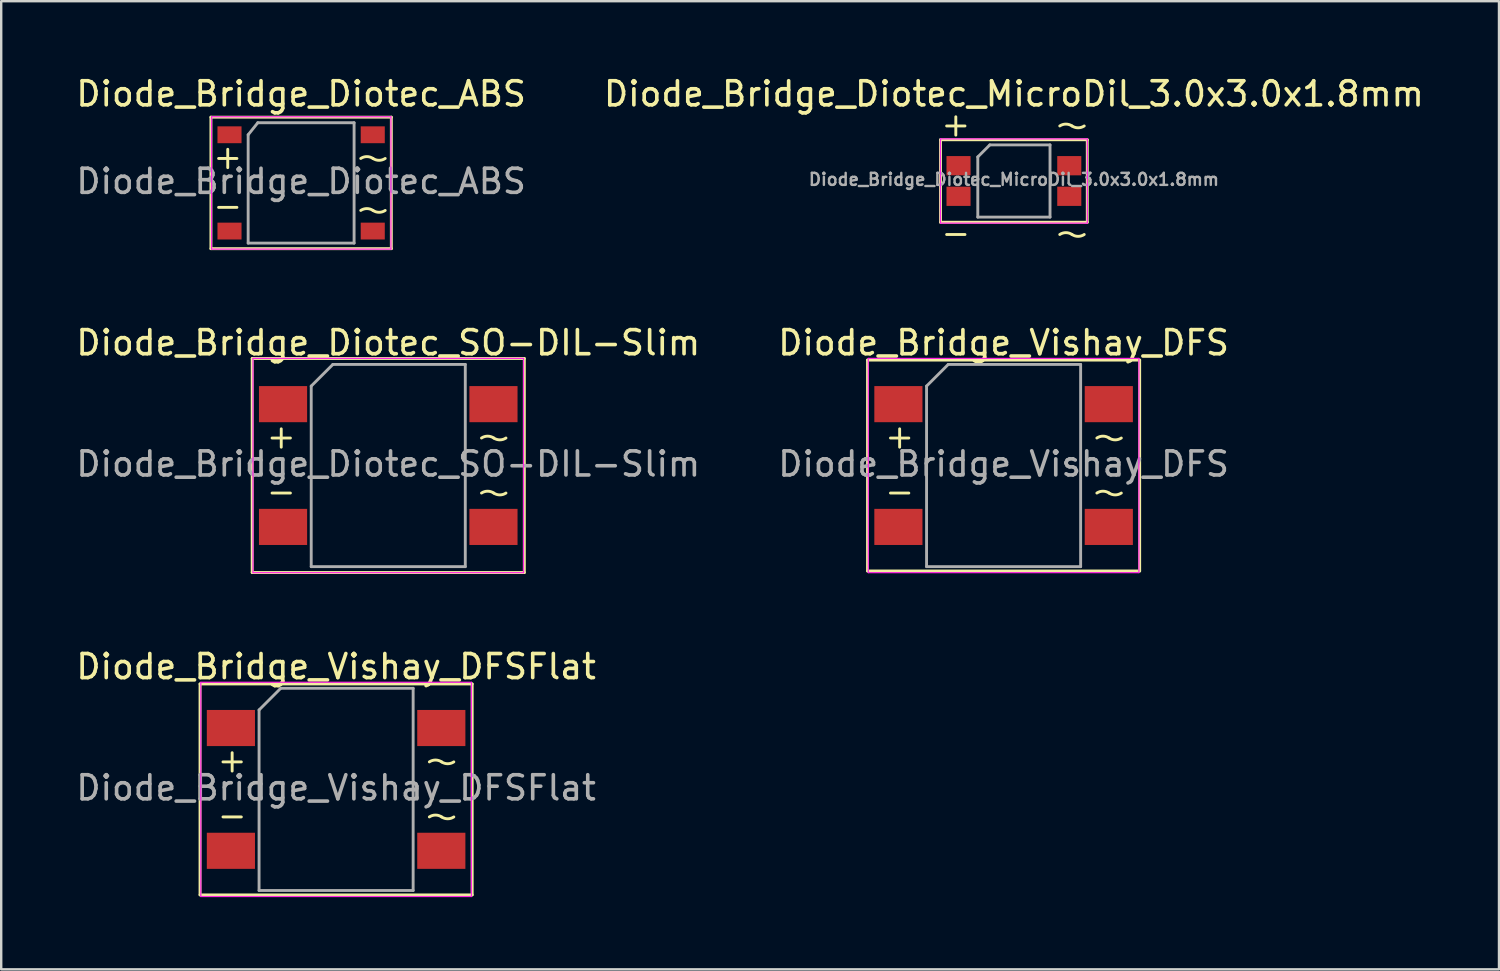
<source format=kicad_pcb>
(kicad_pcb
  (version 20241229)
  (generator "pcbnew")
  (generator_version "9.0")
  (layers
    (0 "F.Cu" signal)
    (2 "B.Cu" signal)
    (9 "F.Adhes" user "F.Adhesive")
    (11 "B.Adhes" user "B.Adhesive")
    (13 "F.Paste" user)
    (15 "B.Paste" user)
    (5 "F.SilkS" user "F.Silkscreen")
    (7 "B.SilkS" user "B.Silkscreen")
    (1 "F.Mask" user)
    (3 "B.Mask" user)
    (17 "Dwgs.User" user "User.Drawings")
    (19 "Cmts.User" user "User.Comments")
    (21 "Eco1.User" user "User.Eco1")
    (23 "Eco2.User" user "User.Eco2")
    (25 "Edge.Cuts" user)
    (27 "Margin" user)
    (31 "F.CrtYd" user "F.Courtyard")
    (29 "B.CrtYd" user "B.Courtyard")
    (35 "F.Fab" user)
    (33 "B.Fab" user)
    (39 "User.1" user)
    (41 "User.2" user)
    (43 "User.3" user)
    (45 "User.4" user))
  (footprint "Diode_Bridge_Diotec_ABS"
    (layer "F.Cu")
    (at 9.458 4.548)
    (property "Reference" "Diode_Bridge_Diotec_ABS" (at 0 -3.7 0) (layer "F.SilkS") (effects (font (size 1 1) (thickness 0.15))))
    (attr smd)
    (fp_line (start -3.747 -2.731) (end -3.747 2.731) (stroke (width 0.12) (type solid)) (layer "F.SilkS"))
    (fp_line (start -3.747 2.731) (end 3.747 2.731) (stroke (width 0.12) (type solid)) (layer "F.SilkS"))
    (fp_line (start -3.429 -1.016) (end -2.667 -1.016) (stroke (width 0.12) (type solid)) (layer "F.SilkS"))
    (fp_line (start -3.429 1.016) (end -2.667 1.016) (stroke (width 0.12) (type solid)) (layer "F.SilkS"))
    (fp_line (start -3.048 -1.397) (end -3.048 -0.635) (stroke (width 0.12) (type solid)) (layer "F.SilkS"))
    (fp_line (start 3.747 -2.731) (end -3.747 -2.731) (stroke (width 0.12) (type solid)) (layer "F.SilkS"))
    (fp_line (start 3.747 2.731) (end 3.747 -2.731) (stroke (width 0.12) (type solid)) (layer "F.SilkS"))
    (fp_arc (start 2.476501 -1.015999) (mid 2.7305 -1.092904) (end 2.984499 -1.015999) (stroke (width 0.12) (type solid)) (layer "F.SilkS"))
    (fp_arc (start 2.476501 1.143001) (mid 2.7305 1.066096) (end 2.984499 1.143001) (stroke (width 0.12) (type solid)) (layer "F.SilkS"))
    (fp_arc (start 3.4925 -1.016) (mid 3.238501 -0.939095) (end 2.984502 -1.016) (stroke (width 0.12) (type solid)) (layer "F.SilkS"))
    (fp_arc (start 3.4925 1.143) (mid 3.238501 1.219905) (end 2.984502 1.143) (stroke (width 0.12) (type solid)) (layer "F.SilkS"))
    (fp_line (start -3.72 -2.75) (end -3.72 2.75) (stroke (width 0.05) (type solid)) (layer "F.CrtYd"))
    (fp_line (start -3.72 -2.75) (end 3.73 -2.75) (stroke (width 0.05) (type solid)) (layer "F.CrtYd"))
    (fp_line (start 3.73 2.75) (end -3.72 2.75) (stroke (width 0.05) (type solid)) (layer "F.CrtYd"))
    (fp_line (start 3.73 2.75) (end 3.73 -2.75) (stroke (width 0.05) (type solid)) (layer "F.CrtYd"))
    (fp_line (start -2.2 -2) (end -2.2 2.5) (stroke (width 0.12) (type solid)) (layer "F.Fab"))
    (fp_line (start -2.2 2.5) (end 2.2 2.5) (stroke (width 0.12) (type solid)) (layer "F.Fab"))
    (fp_line (start -1.8 -2.5) (end -2.2 -2) (stroke (width 0.12) (type solid)) (layer "F.Fab"))
    (fp_line (start 2.2 -2.5) (end -1.8 -2.5) (stroke (width 0.12) (type solid)) (layer "F.Fab"))
    (fp_line (start 2.2 2.5) (end 2.2 -2.5) (stroke (width 0.12) (type solid)) (layer "F.Fab"))
    (fp_text user "${REFERENCE}" (at 0 -0.065 0) (layer "F.Fab") (effects (font (size 1 1) (thickness 0.15))))
    (pad "1" smd rect (at -2.975 -2) (size 1 0.7) (layers "F.Cu" "F.Mask" "F.Paste"))
    (pad "2" smd rect (at -2.975 2) (size 1 0.7) (layers "F.Cu" "F.Mask" "F.Paste"))
    (pad "3" smd rect (at 2.975 2) (size 1 0.7) (layers "F.Cu" "F.Mask" "F.Paste"))
    (pad "4" smd rect (at 2.975 -2) (size 1 0.7) (layers "F.Cu" "F.Mask" "F.Paste")))
  (footprint "Diode_Bridge_Vishay_DFSFlat"
    (layer "F.Cu")
    (at 10.911 29.74)
    (property "Reference" "Diode_Bridge_Vishay_DFSFlat" (at 0 -5.1 0) (layer "F.SilkS") (effects (font (size 1 1) (thickness 0.15))))
    (attr smd)
    (fp_line (start -5.652 -4.381) (end -5.652 4.381) (stroke (width 0.12) (type solid)) (layer "F.SilkS"))
    (fp_line (start -5.652 4.381) (end 5.652 4.381) (stroke (width 0.12) (type solid)) (layer "F.SilkS"))
    (fp_line (start -4.699 -1.143) (end -3.937 -1.143) (stroke (width 0.12) (type solid)) (layer "F.SilkS"))
    (fp_line (start -4.699 1.143) (end -3.937 1.143) (stroke (width 0.12) (type solid)) (layer "F.SilkS"))
    (fp_line (start -4.318 -1.524) (end -4.318 -0.762) (stroke (width 0.12) (type solid)) (layer "F.SilkS"))
    (fp_line (start 5.652 -4.381) (end -5.652 -4.381) (stroke (width 0.12) (type solid)) (layer "F.SilkS"))
    (fp_line (start 5.652 4.381) (end 5.652 -4.381) (stroke (width 0.12) (type solid)) (layer "F.SilkS"))
    (fp_arc (start 3.873501 -1.142999) (mid 4.1275 -1.219904) (end 4.381499 -1.142999) (stroke (width 0.12) (type solid)) (layer "F.SilkS"))
    (fp_arc (start 3.873501 1.143001) (mid 4.1275 1.066096) (end 4.381499 1.143001) (stroke (width 0.12) (type solid)) (layer "F.SilkS"))
    (fp_arc (start 4.8895 -1.143) (mid 4.635501 -1.066095) (end 4.381502 -1.143) (stroke (width 0.12) (type solid)) (layer "F.SilkS"))
    (fp_arc (start 4.8895 1.143) (mid 4.635501 1.219905) (end 4.381502 1.143) (stroke (width 0.12) (type solid)) (layer "F.SilkS"))
    (fp_line (start -5.62 -4.45) (end -5.62 4.45) (stroke (width 0.05) (type solid)) (layer "F.CrtYd"))
    (fp_line (start -5.62 -4.45) (end 5.62 -4.45) (stroke (width 0.05) (type solid)) (layer "F.CrtYd"))
    (fp_line (start 5.62 4.45) (end -5.62 4.45) (stroke (width 0.05) (type solid)) (layer "F.CrtYd"))
    (fp_line (start 5.62 4.45) (end 5.62 -4.45) (stroke (width 0.05) (type solid)) (layer "F.CrtYd"))
    (fp_line (start -3.2 -3.3) (end -2.3 -4.2) (stroke (width 0.12) (type solid)) (layer "F.Fab"))
    (fp_line (start -3.2 4.2) (end -3.2 -3.3) (stroke (width 0.12) (type solid)) (layer "F.Fab"))
    (fp_line (start -2.3 -4.2) (end 3.2 -4.2) (stroke (width 0.12) (type solid)) (layer "F.Fab"))
    (fp_line (start 3.2 -4.2) (end 3.2 4.2) (stroke (width 0.12) (type solid)) (layer "F.Fab"))
    (fp_line (start 3.2 4.2) (end -3.2 4.2) (stroke (width 0.12) (type solid)) (layer "F.Fab"))
    (fp_text user "${REFERENCE}" (at 0 -0.065 0) (layer "F.Fab") (effects (font (size 1 1) (thickness 0.15))))
    (pad "1" smd rect (at -4.37 -2.55) (size 2 1.5) (layers "F.Cu" "F.Mask" "F.Paste"))
    (pad "2" smd rect (at -4.37 2.55) (size 2 1.5) (layers "F.Cu" "F.Mask" "F.Paste"))
    (pad "3" smd rect (at 4.37 2.55) (size 2 1.5) (layers "F.Cu" "F.Mask" "F.Paste"))
    (pad "4" smd rect (at 4.37 -2.55) (size 2 1.5) (layers "F.Cu" "F.Mask" "F.Paste")))
  (footprint "Diode_Bridge_Diotec_MicroDil_3.0x3.0x1.8mm"
    (layer "F.Cu")
    (at 39.065 4.468)
    (property "Reference" "Diode_Bridge_Diotec_MicroDil_3.0x3.0x1.8mm" (at 0 -3.619 0) (layer "F.SilkS") (effects (font (size 1 1) (thickness 0.15))))
    (attr smd)
    (fp_line (start -3.048 -1.714) (end -3.048 1.714) (stroke (width 0.12) (type solid)) (layer "F.SilkS"))
    (fp_line (start -3.048 1.714) (end 3.048 1.714) (stroke (width 0.12) (type solid)) (layer "F.SilkS"))
    (fp_line (start -2.794 -2.286) (end -2.032 -2.286) (stroke (width 0.12) (type solid)) (layer "F.SilkS"))
    (fp_line (start -2.794 2.223) (end -2.032 2.223) (stroke (width 0.12) (type solid)) (layer "F.SilkS"))
    (fp_line (start -2.413 -2.667) (end -2.413 -1.905) (stroke (width 0.12) (type solid)) (layer "F.SilkS"))
    (fp_line (start 3.048 -1.714) (end -3.048 -1.714) (stroke (width 0.12) (type solid)) (layer "F.SilkS"))
    (fp_line (start 3.048 1.714) (end 3.048 -1.714) (stroke (width 0.12) (type solid)) (layer "F.SilkS"))
    (fp_arc (start 1.905001 -2.285999) (mid 2.159 -2.362904) (end 2.412999 -2.285999) (stroke (width 0.12) (type solid)) (layer "F.SilkS"))
    (fp_arc (start 1.905004 2.2225) (mid 2.159003 2.145595) (end 2.413002 2.2225) (stroke (width 0.12) (type solid)) (layer "F.SilkS"))
    (fp_arc (start 2.921 -2.286) (mid 2.667001 -2.209095) (end 2.413002 -2.286) (stroke (width 0.12) (type solid)) (layer "F.SilkS"))
    (fp_arc (start 2.921 2.2225) (mid 2.667001 2.299405) (end 2.413002 2.2225) (stroke (width 0.12) (type solid)) (layer "F.SilkS"))
    (fp_line (start -3.05 -1.75) (end -3.05 1.75) (stroke (width 0.05) (type solid)) (layer "F.CrtYd"))
    (fp_line (start -3.05 -1.75) (end 3.05 -1.75) (stroke (width 0.05) (type solid)) (layer "F.CrtYd"))
    (fp_line (start 3.05 1.75) (end -3.05 1.75) (stroke (width 0.05) (type solid)) (layer "F.CrtYd"))
    (fp_line (start 3.05 1.75) (end 3.05 -1.75) (stroke (width 0.05) (type solid)) (layer "F.CrtYd"))
    (fp_line (start -1.5 -1) (end -1.5 1.5) (stroke (width 0.12) (type solid)) (layer "F.Fab"))
    (fp_line (start -1.5 1.5) (end 1.5 1.5) (stroke (width 0.12) (type solid)) (layer "F.Fab"))
    (fp_line (start -1 -1.5) (end -1.5 -1) (stroke (width 0.12) (type solid)) (layer "F.Fab"))
    (fp_line (start 1.5 -1.5) (end -1 -1.5) (stroke (width 0.12) (type solid)) (layer "F.Fab"))
    (fp_line (start 1.5 1.5) (end 1.5 -1.5) (stroke (width 0.12) (type solid)) (layer "F.Fab"))
    (fp_text user "${REFERENCE}" (at 0 -0.065 0) (layer "F.Fab") (effects (font (size 0.5 0.5) (thickness 0.1))))
    (pad "1" smd rect (at -2.3 -0.635) (size 1 0.8) (layers "F.Cu" "F.Mask" "F.Paste"))
    (pad "2" smd rect (at -2.3 0.635) (size 1 0.8) (layers "F.Cu" "F.Mask" "F.Paste"))
    (pad "3" smd rect (at 2.3 0.635) (size 1 0.8) (layers "F.Cu" "F.Mask" "F.Paste"))
    (pad "4" smd rect (at 2.3 -0.635) (size 1 0.8) (layers "F.Cu" "F.Mask" "F.Paste")))
  (footprint "Diode_Bridge_Vishay_DFS"
    (layer "F.Cu")
    (at 38.637 16.287)
    (property "Reference" "Diode_Bridge_Vishay_DFS" (at 0 -5.1 0) (layer "F.SilkS") (effects (font (size 1 1) (thickness 0.15))))
    (attr smd)
    (fp_line (start -5.652 -4.381) (end -5.652 4.381) (stroke (width 0.12) (type solid)) (layer "F.SilkS"))
    (fp_line (start -5.652 4.381) (end 5.652 4.381) (stroke (width 0.12) (type solid)) (layer "F.SilkS"))
    (fp_line (start -4.699 -1.143) (end -3.937 -1.143) (stroke (width 0.12) (type solid)) (layer "F.SilkS"))
    (fp_line (start -4.699 1.143) (end -3.937 1.143) (stroke (width 0.12) (type solid)) (layer "F.SilkS"))
    (fp_line (start -4.318 -1.524) (end -4.318 -0.762) (stroke (width 0.12) (type solid)) (layer "F.SilkS"))
    (fp_line (start 5.652 -4.381) (end -5.652 -4.381) (stroke (width 0.12) (type solid)) (layer "F.SilkS"))
    (fp_line (start 5.652 4.381) (end 5.652 -4.381) (stroke (width 0.12) (type solid)) (layer "F.SilkS"))
    (fp_arc (start 3.873501 -1.142999) (mid 4.1275 -1.219904) (end 4.381499 -1.142999) (stroke (width 0.12) (type solid)) (layer "F.SilkS"))
    (fp_arc (start 3.873501 1.143001) (mid 4.1275 1.066096) (end 4.381499 1.143001) (stroke (width 0.12) (type solid)) (layer "F.SilkS"))
    (fp_arc (start 4.8895 -1.143) (mid 4.635501 -1.066095) (end 4.381502 -1.143) (stroke (width 0.12) (type solid)) (layer "F.SilkS"))
    (fp_arc (start 4.8895 1.143) (mid 4.635501 1.219905) (end 4.381502 1.143) (stroke (width 0.12) (type solid)) (layer "F.SilkS"))
    (fp_line (start -5.62 -4.45) (end -5.62 4.45) (stroke (width 0.05) (type solid)) (layer "F.CrtYd"))
    (fp_line (start -5.62 -4.45) (end 5.62 -4.45) (stroke (width 0.05) (type solid)) (layer "F.CrtYd"))
    (fp_line (start 5.62 4.45) (end -5.62 4.45) (stroke (width 0.05) (type solid)) (layer "F.CrtYd"))
    (fp_line (start 5.62 4.45) (end 5.62 -4.45) (stroke (width 0.05) (type solid)) (layer "F.CrtYd"))
    (fp_line (start -3.2 -3.3) (end -2.3 -4.2) (stroke (width 0.12) (type solid)) (layer "F.Fab"))
    (fp_line (start -3.2 4.2) (end -3.2 -3.3) (stroke (width 0.12) (type solid)) (layer "F.Fab"))
    (fp_line (start -2.3 -4.2) (end 3.2 -4.2) (stroke (width 0.12) (type solid)) (layer "F.Fab"))
    (fp_line (start 3.2 -4.2) (end 3.2 4.2) (stroke (width 0.12) (type solid)) (layer "F.Fab"))
    (fp_line (start 3.2 4.2) (end -3.2 4.2) (stroke (width 0.12) (type solid)) (layer "F.Fab"))
    (fp_text user "${REFERENCE}" (at 0 -0.065 0) (layer "F.Fab") (effects (font (size 1 1) (thickness 0.15))))
    (pad "1" smd rect (at -4.37 -2.55) (size 2 1.5) (layers "F.Cu" "F.Mask" "F.Paste"))
    (pad "2" smd rect (at -4.37 2.55) (size 2 1.5) (layers "F.Cu" "F.Mask" "F.Paste"))
    (pad "3" smd rect (at 4.37 2.55) (size 2 1.5) (layers "F.Cu" "F.Mask" "F.Paste"))
    (pad "4" smd rect (at 4.37 -2.55) (size 2 1.5) (layers "F.Cu" "F.Mask" "F.Paste")))
  (footprint "Diode_Bridge_Diotec_SO-DIL-Slim"
    (layer "F.Cu")
    (at 13.077 16.287)
    (property "Reference" "Diode_Bridge_Diotec_SO-DIL-Slim" (at 0 -5.1 0) (layer "F.SilkS") (effects (font (size 1 1) (thickness 0.15))))
    (attr smd)
    (fp_line (start -5.652 -4.445) (end -5.652 4.445) (stroke (width 0.12) (type solid)) (layer "F.SilkS"))
    (fp_line (start -5.652 4.445) (end 5.652 4.445) (stroke (width 0.12) (type solid)) (layer "F.SilkS"))
    (fp_line (start -4.826 -1.143) (end -4.064 -1.143) (stroke (width 0.12) (type solid)) (layer "F.SilkS"))
    (fp_line (start -4.826 1.143) (end -4.064 1.143) (stroke (width 0.12) (type solid)) (layer "F.SilkS"))
    (fp_line (start -4.445 -1.524) (end -4.445 -0.762) (stroke (width 0.12) (type solid)) (layer "F.SilkS"))
    (fp_line (start 5.652 -4.445) (end -5.652 -4.445) (stroke (width 0.12) (type solid)) (layer "F.SilkS"))
    (fp_line (start 5.652 4.445) (end 5.652 -4.445) (stroke (width 0.12) (type solid)) (layer "F.SilkS"))
    (fp_arc (start 3.873501 -1.142999) (mid 4.1275 -1.219904) (end 4.381499 -1.142999) (stroke (width 0.12) (type solid)) (layer "F.SilkS"))
    (fp_arc (start 3.873501 1.143001) (mid 4.1275 1.066096) (end 4.381499 1.143001) (stroke (width 0.12) (type solid)) (layer "F.SilkS"))
    (fp_arc (start 4.8895 -1.143) (mid 4.635501 -1.066095) (end 4.381502 -1.143) (stroke (width 0.12) (type solid)) (layer "F.SilkS"))
    (fp_arc (start 4.8895 1.143) (mid 4.635501 1.219905) (end 4.381502 1.143) (stroke (width 0.12) (type solid)) (layer "F.SilkS"))
    (fp_line (start -5.62 -4.45) (end -5.62 4.45) (stroke (width 0.05) (type solid)) (layer "F.CrtYd"))
    (fp_line (start -5.62 -4.45) (end 5.62 -4.45) (stroke (width 0.05) (type solid)) (layer "F.CrtYd"))
    (fp_line (start 5.62 4.45) (end -5.62 4.45) (stroke (width 0.05) (type solid)) (layer "F.CrtYd"))
    (fp_line (start 5.62 4.45) (end 5.62 -4.45) (stroke (width 0.05) (type solid)) (layer "F.CrtYd"))
    (fp_line (start -3.2 -3.3) (end -2.3 -4.2) (stroke (width 0.12) (type solid)) (layer "F.Fab"))
    (fp_line (start -3.2 4.2) (end -3.2 -3.3) (stroke (width 0.12) (type solid)) (layer "F.Fab"))
    (fp_line (start -2.3 -4.2) (end 3.2 -4.2) (stroke (width 0.12) (type solid)) (layer "F.Fab"))
    (fp_line (start 3.2 -4.2) (end 3.2 4.2) (stroke (width 0.12) (type solid)) (layer "F.Fab"))
    (fp_line (start 3.2 4.2) (end -3.2 4.2) (stroke (width 0.12) (type solid)) (layer "F.Fab"))
    (fp_text user "${REFERENCE}" (at 0 -0.065 0) (layer "F.Fab") (effects (font (size 1 1) (thickness 0.15))))
    (pad "1" smd rect (at -4.37 -2.55) (size 2 1.5) (layers "F.Cu" "F.Mask" "F.Paste"))
    (pad "2" smd rect (at -4.37 2.55) (size 2 1.5) (layers "F.Cu" "F.Mask" "F.Paste"))
    (pad "3" smd rect (at 4.37 2.55) (size 2 1.5) (layers "F.Cu" "F.Mask" "F.Paste"))
    (pad "4" smd rect (at 4.37 -2.55) (size 2 1.5) (layers "F.Cu" "F.Mask" "F.Paste")))
  (gr_rect
    (start -3 -3)
    (end 59.214 37.215)
    (stroke (width 0.1) (type default))
    (fill no)
    (layer "Edge.Cuts")))
</source>
